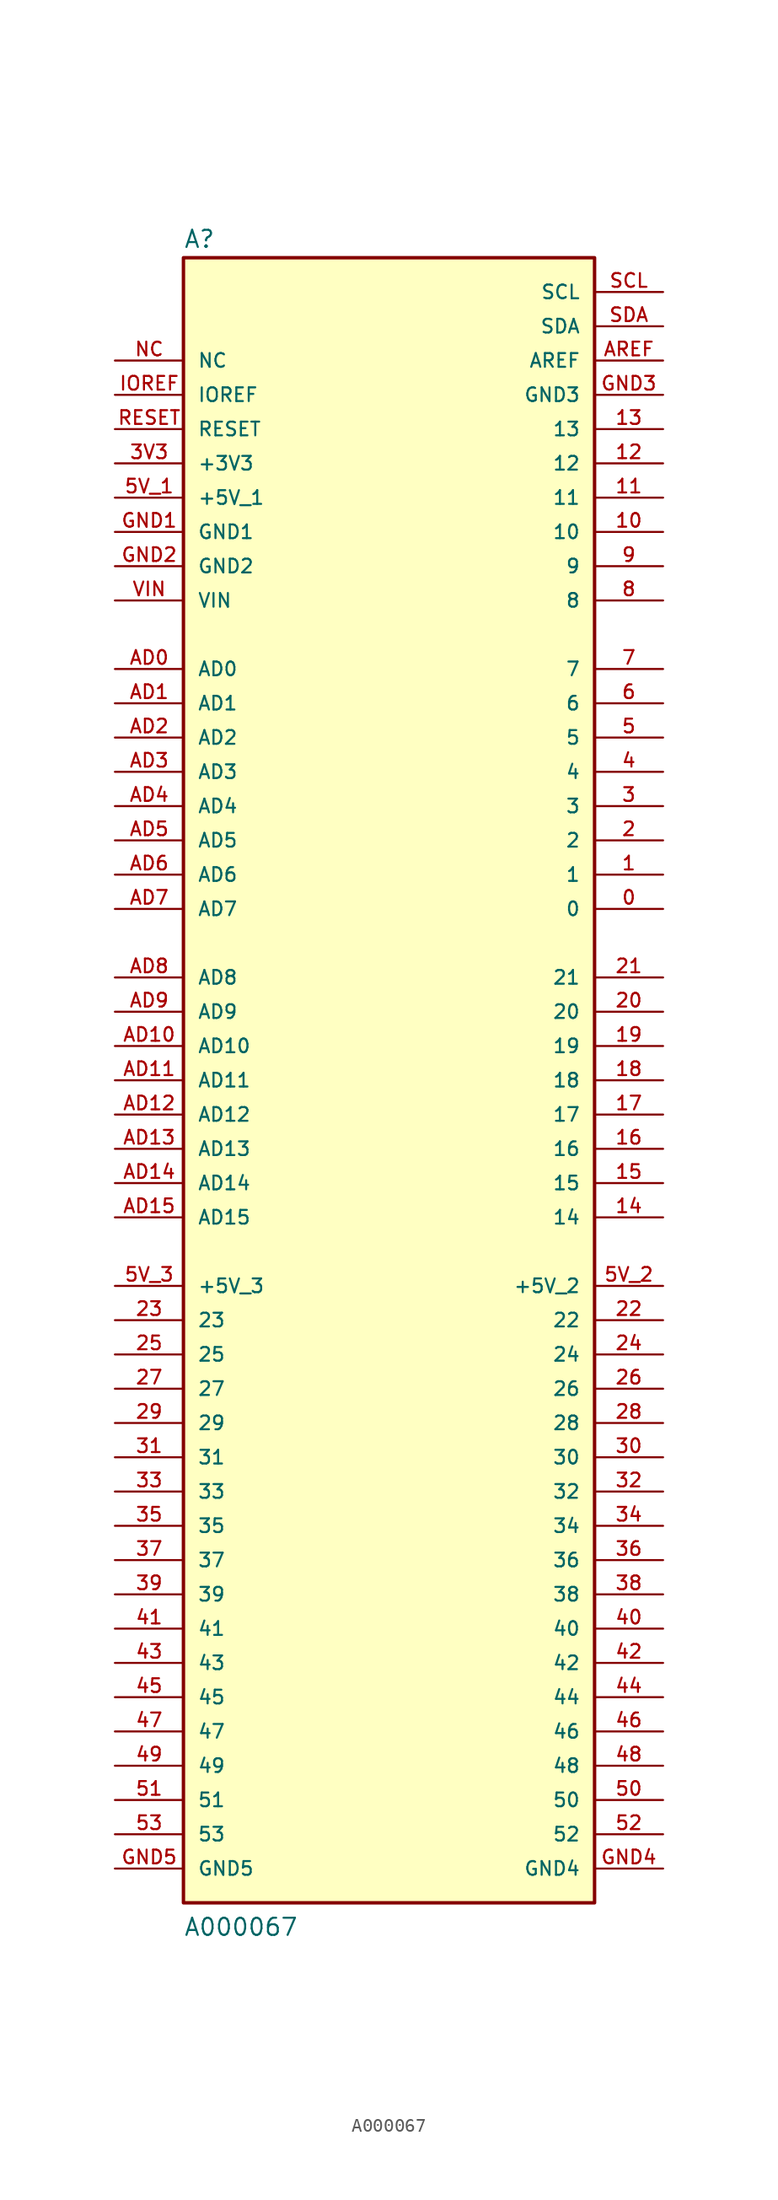
<source format=kicad_sym>
(kicad_symbol_lib
  (version 20211014)
  (generator kicad_symbol_editor)
  (symbol "A000067"
    (pin_names
      (offset 1.016))
    (property "Reference" "A"
      (at -15.24 61.595 0)
      (effects (font (size 1.27 1.27)) (justify bottom left)))
    (property "Value" "A000067"
      (at -15.24 -63.5 0)
      (effects (font (size 1.27 1.27)) (justify bottom left)))
    (symbol "A000067_0_0"
      (rectangle (start -15.24 -60.96) (end 15.24 60.96) (stroke (width 0.254)) (fill (type background)))
      (pin passive line (at -20.32 50.8 0) (length 5.08) (name "IOREF" (effects (font (size 1.016 1.016)))) (number "IOREF" (effects (font (size 1.016 1.016)))))
      (pin passive line (at -20.32 48.26 0) (length 5.08) (name "RESET" (effects (font (size 1.016 1.016)))) (number "RESET" (effects (font (size 1.016 1.016)))))
      (pin passive line (at -20.32 45.72 0) (length 5.08) (name "+3V3" (effects (font (size 1.016 1.016)))) (number "3V3" (effects (font (size 1.016 1.016)))))
      (pin passive line (at -20.32 40.64 0) (length 5.08) (name "GND1" (effects (font (size 1.016 1.016)))) (number "GND1" (effects (font (size 1.016 1.016)))))
      (pin passive line (at -20.32 35.56 0) (length 5.08) (name "VIN" (effects (font (size 1.016 1.016)))) (number "VIN" (effects (font (size 1.016 1.016)))))
      (pin passive line (at -20.32 30.48 0) (length 5.08) (name "AD0" (effects (font (size 1.016 1.016)))) (number "AD0" (effects (font (size 1.016 1.016)))))
      (pin passive line (at -20.32 27.94 0) (length 5.08) (name "AD1" (effects (font (size 1.016 1.016)))) (number "AD1" (effects (font (size 1.016 1.016)))))
      (pin passive line (at -20.32 25.4 0) (length 5.08) (name "AD2" (effects (font (size 1.016 1.016)))) (number "AD2" (effects (font (size 1.016 1.016)))))
      (pin passive line (at -20.32 22.86 0) (length 5.08) (name "AD3" (effects (font (size 1.016 1.016)))) (number "AD3" (effects (font (size 1.016 1.016)))))
      (pin passive line (at -20.32 20.32 0) (length 5.08) (name "AD4" (effects (font (size 1.016 1.016)))) (number "AD4" (effects (font (size 1.016 1.016)))))
      (pin passive line (at -20.32 17.78 0) (length 5.08) (name "AD5" (effects (font (size 1.016 1.016)))) (number "AD5" (effects (font (size 1.016 1.016)))))
      (pin passive line (at 20.32 12.7 180.0) (length 5.08) (name "0" (effects (font (size 1.016 1.016)))) (number "0" (effects (font (size 1.016 1.016)))))
      (pin passive line (at 20.32 15.24 180.0) (length 5.08) (name "1" (effects (font (size 1.016 1.016)))) (number "1" (effects (font (size 1.016 1.016)))))
      (pin passive line (at 20.32 17.78 180.0) (length 5.08) (name "2" (effects (font (size 1.016 1.016)))) (number "2" (effects (font (size 1.016 1.016)))))
      (pin passive line (at 20.32 20.32 180.0) (length 5.08) (name "3" (effects (font (size 1.016 1.016)))) (number "3" (effects (font (size 1.016 1.016)))))
      (pin passive line (at 20.32 22.86 180.0) (length 5.08) (name "4" (effects (font (size 1.016 1.016)))) (number "4" (effects (font (size 1.016 1.016)))))
      (pin passive line (at 20.32 25.4 180.0) (length 5.08) (name "5" (effects (font (size 1.016 1.016)))) (number "5" (effects (font (size 1.016 1.016)))))
      (pin passive line (at 20.32 27.94 180.0) (length 5.08) (name "6" (effects (font (size 1.016 1.016)))) (number "6" (effects (font (size 1.016 1.016)))))
      (pin passive line (at 20.32 30.48 180.0) (length 5.08) (name "7" (effects (font (size 1.016 1.016)))) (number "7" (effects (font (size 1.016 1.016)))))
      (pin passive line (at 20.32 35.56 180.0) (length 5.08) (name "8" (effects (font (size 1.016 1.016)))) (number "8" (effects (font (size 1.016 1.016)))))
      (pin passive line (at 20.32 38.1 180.0) (length 5.08) (name "9" (effects (font (size 1.016 1.016)))) (number "9" (effects (font (size 1.016 1.016)))))
      (pin passive line (at 20.32 40.64 180.0) (length 5.08) (name "10" (effects (font (size 1.016 1.016)))) (number "10" (effects (font (size 1.016 1.016)))))
      (pin passive line (at 20.32 43.18 180.0) (length 5.08) (name "11" (effects (font (size 1.016 1.016)))) (number "11" (effects (font (size 1.016 1.016)))))
      (pin passive line (at 20.32 45.72 180.0) (length 5.08) (name "12" (effects (font (size 1.016 1.016)))) (number "12" (effects (font (size 1.016 1.016)))))
      (pin passive line (at 20.32 48.26 180.0) (length 5.08) (name "13" (effects (font (size 1.016 1.016)))) (number "13" (effects (font (size 1.016 1.016)))))
      (pin passive line (at -20.32 43.18 0) (length 5.08) (name "+5V_1" (effects (font (size 1.016 1.016)))) (number "5V_1" (effects (font (size 1.016 1.016)))))
      (pin passive line (at -20.32 38.1 0) (length 5.08) (name "GND2" (effects (font (size 1.016 1.016)))) (number "GND2" (effects (font (size 1.016 1.016)))))
      (pin passive line (at 20.32 50.8 180.0) (length 5.08) (name "GND3" (effects (font (size 1.016 1.016)))) (number "GND3" (effects (font (size 1.016 1.016)))))
      (pin passive line (at 20.32 53.34 180.0) (length 5.08) (name "AREF" (effects (font (size 1.016 1.016)))) (number "AREF" (effects (font (size 1.016 1.016)))))
      (pin passive line (at 20.32 55.88 180.0) (length 5.08) (name "SDA" (effects (font (size 1.016 1.016)))) (number "SDA" (effects (font (size 1.016 1.016)))))
      (pin passive line (at 20.32 58.42 180.0) (length 5.08) (name "SCL" (effects (font (size 1.016 1.016)))) (number "SCL" (effects (font (size 1.016 1.016)))))
      (pin passive line (at -20.32 15.24 0) (length 5.08) (name "AD6" (effects (font (size 1.016 1.016)))) (number "AD6" (effects (font (size 1.016 1.016)))))
      (pin passive line (at -20.32 12.7 0) (length 5.08) (name "AD7" (effects (font (size 1.016 1.016)))) (number "AD7" (effects (font (size 1.016 1.016)))))
      (pin passive line (at -20.32 7.62 0) (length 5.08) (name "AD8" (effects (font (size 1.016 1.016)))) (number "AD8" (effects (font (size 1.016 1.016)))))
      (pin passive line (at -20.32 5.08 0) (length 5.08) (name "AD9" (effects (font (size 1.016 1.016)))) (number "AD9" (effects (font (size 1.016 1.016)))))
      (pin passive line (at -20.32 2.54 0) (length 5.08) (name "AD10" (effects (font (size 1.016 1.016)))) (number "AD10" (effects (font (size 1.016 1.016)))))
      (pin passive line (at -20.32 0.0 0) (length 5.08) (name "AD11" (effects (font (size 1.016 1.016)))) (number "AD11" (effects (font (size 1.016 1.016)))))
      (pin passive line (at -20.32 -2.54 0) (length 5.08) (name "AD12" (effects (font (size 1.016 1.016)))) (number "AD12" (effects (font (size 1.016 1.016)))))
      (pin passive line (at -20.32 -5.08 0) (length 5.08) (name "AD13" (effects (font (size 1.016 1.016)))) (number "AD13" (effects (font (size 1.016 1.016)))))
      (pin passive line (at -20.32 -7.62 0) (length 5.08) (name "AD14" (effects (font (size 1.016 1.016)))) (number "AD14" (effects (font (size 1.016 1.016)))))
      (pin passive line (at -20.32 -10.16 0) (length 5.08) (name "AD15" (effects (font (size 1.016 1.016)))) (number "AD15" (effects (font (size 1.016 1.016)))))
      (pin passive line (at 20.32 -10.16 180.0) (length 5.08) (name "14" (effects (font (size 1.016 1.016)))) (number "14" (effects (font (size 1.016 1.016)))))
      (pin passive line (at 20.32 -7.62 180.0) (length 5.08) (name "15" (effects (font (size 1.016 1.016)))) (number "15" (effects (font (size 1.016 1.016)))))
      (pin passive line (at 20.32 -5.08 180.0) (length 5.08) (name "16" (effects (font (size 1.016 1.016)))) (number "16" (effects (font (size 1.016 1.016)))))
      (pin passive line (at 20.32 -2.54 180.0) (length 5.08) (name "17" (effects (font (size 1.016 1.016)))) (number "17" (effects (font (size 1.016 1.016)))))
      (pin passive line (at 20.32 0.0 180.0) (length 5.08) (name "18" (effects (font (size 1.016 1.016)))) (number "18" (effects (font (size 1.016 1.016)))))
      (pin passive line (at 20.32 2.54 180.0) (length 5.08) (name "19" (effects (font (size 1.016 1.016)))) (number "19" (effects (font (size 1.016 1.016)))))
      (pin passive line (at 20.32 5.08 180.0) (length 5.08) (name "20" (effects (font (size 1.016 1.016)))) (number "20" (effects (font (size 1.016 1.016)))))
      (pin passive line (at 20.32 7.62 180.0) (length 5.08) (name "21" (effects (font (size 1.016 1.016)))) (number "21" (effects (font (size 1.016 1.016)))))
      (pin passive line (at 20.32 -17.78 180.0) (length 5.08) (name "22" (effects (font (size 1.016 1.016)))) (number "22" (effects (font (size 1.016 1.016)))))
      (pin passive line (at -20.32 -17.78 0) (length 5.08) (name "23" (effects (font (size 1.016 1.016)))) (number "23" (effects (font (size 1.016 1.016)))))
      (pin passive line (at 20.32 -20.32 180.0) (length 5.08) (name "24" (effects (font (size 1.016 1.016)))) (number "24" (effects (font (size 1.016 1.016)))))
      (pin passive line (at -20.32 -20.32 0) (length 5.08) (name "25" (effects (font (size 1.016 1.016)))) (number "25" (effects (font (size 1.016 1.016)))))
      (pin passive line (at 20.32 -22.86 180.0) (length 5.08) (name "26" (effects (font (size 1.016 1.016)))) (number "26" (effects (font (size 1.016 1.016)))))
      (pin passive line (at -20.32 -22.86 0) (length 5.08) (name "27" (effects (font (size 1.016 1.016)))) (number "27" (effects (font (size 1.016 1.016)))))
      (pin passive line (at 20.32 -25.4 180.0) (length 5.08) (name "28" (effects (font (size 1.016 1.016)))) (number "28" (effects (font (size 1.016 1.016)))))
      (pin passive line (at -20.32 -25.4 0) (length 5.08) (name "29" (effects (font (size 1.016 1.016)))) (number "29" (effects (font (size 1.016 1.016)))))
      (pin passive line (at 20.32 -27.94 180.0) (length 5.08) (name "30" (effects (font (size 1.016 1.016)))) (number "30" (effects (font (size 1.016 1.016)))))
      (pin passive line (at -20.32 -27.94 0) (length 5.08) (name "31" (effects (font (size 1.016 1.016)))) (number "31" (effects (font (size 1.016 1.016)))))
      (pin passive line (at 20.32 -30.48 180.0) (length 5.08) (name "32" (effects (font (size 1.016 1.016)))) (number "32" (effects (font (size 1.016 1.016)))))
      (pin passive line (at -20.32 -30.48 0) (length 5.08) (name "33" (effects (font (size 1.016 1.016)))) (number "33" (effects (font (size 1.016 1.016)))))
      (pin passive line (at 20.32 -33.02 180.0) (length 5.08) (name "34" (effects (font (size 1.016 1.016)))) (number "34" (effects (font (size 1.016 1.016)))))
      (pin passive line (at -20.32 -33.02 0) (length 5.08) (name "35" (effects (font (size 1.016 1.016)))) (number "35" (effects (font (size 1.016 1.016)))))
      (pin passive line (at 20.32 -35.56 180.0) (length 5.08) (name "36" (effects (font (size 1.016 1.016)))) (number "36" (effects (font (size 1.016 1.016)))))
      (pin passive line (at -20.32 -35.56 0) (length 5.08) (name "37" (effects (font (size 1.016 1.016)))) (number "37" (effects (font (size 1.016 1.016)))))
      (pin passive line (at 20.32 -38.1 180.0) (length 5.08) (name "38" (effects (font (size 1.016 1.016)))) (number "38" (effects (font (size 1.016 1.016)))))
      (pin passive line (at -20.32 -38.1 0) (length 5.08) (name "39" (effects (font (size 1.016 1.016)))) (number "39" (effects (font (size 1.016 1.016)))))
      (pin passive line (at 20.32 -40.64 180.0) (length 5.08) (name "40" (effects (font (size 1.016 1.016)))) (number "40" (effects (font (size 1.016 1.016)))))
      (pin passive line (at -20.32 -40.64 0) (length 5.08) (name "41" (effects (font (size 1.016 1.016)))) (number "41" (effects (font (size 1.016 1.016)))))
      (pin passive line (at 20.32 -43.18 180.0) (length 5.08) (name "42" (effects (font (size 1.016 1.016)))) (number "42" (effects (font (size 1.016 1.016)))))
      (pin passive line (at -20.32 -43.18 0) (length 5.08) (name "43" (effects (font (size 1.016 1.016)))) (number "43" (effects (font (size 1.016 1.016)))))
      (pin passive line (at 20.32 -45.72 180.0) (length 5.08) (name "44" (effects (font (size 1.016 1.016)))) (number "44" (effects (font (size 1.016 1.016)))))
      (pin passive line (at -20.32 -45.72 0) (length 5.08) (name "45" (effects (font (size 1.016 1.016)))) (number "45" (effects (font (size 1.016 1.016)))))
      (pin passive line (at 20.32 -48.26 180.0) (length 5.08) (name "46" (effects (font (size 1.016 1.016)))) (number "46" (effects (font (size 1.016 1.016)))))
      (pin passive line (at -20.32 -48.26 0) (length 5.08) (name "47" (effects (font (size 1.016 1.016)))) (number "47" (effects (font (size 1.016 1.016)))))
      (pin passive line (at 20.32 -50.8 180.0) (length 5.08) (name "48" (effects (font (size 1.016 1.016)))) (number "48" (effects (font (size 1.016 1.016)))))
      (pin passive line (at -20.32 -50.8 0) (length 5.08) (name "49" (effects (font (size 1.016 1.016)))) (number "49" (effects (font (size 1.016 1.016)))))
      (pin passive line (at 20.32 -53.34 180.0) (length 5.08) (name "50" (effects (font (size 1.016 1.016)))) (number "50" (effects (font (size 1.016 1.016)))))
      (pin passive line (at -20.32 -53.34 0) (length 5.08) (name "51" (effects (font (size 1.016 1.016)))) (number "51" (effects (font (size 1.016 1.016)))))
      (pin passive line (at 20.32 -55.88 180.0) (length 5.08) (name "52" (effects (font (size 1.016 1.016)))) (number "52" (effects (font (size 1.016 1.016)))))
      (pin passive line (at -20.32 -55.88 0) (length 5.08) (name "53" (effects (font (size 1.016 1.016)))) (number "53" (effects (font (size 1.016 1.016)))))
      (pin passive line (at -20.32 -58.42 0) (length 5.08) (name "GND5" (effects (font (size 1.016 1.016)))) (number "GND5" (effects (font (size 1.016 1.016)))))
      (pin passive line (at 20.32 -58.42 180.0) (length 5.08) (name "GND4" (effects (font (size 1.016 1.016)))) (number "GND4" (effects (font (size 1.016 1.016)))))
      (pin passive line (at -20.32 -15.24 0) (length 5.08) (name "+5V_3" (effects (font (size 1.016 1.016)))) (number "5V_3" (effects (font (size 1.016 1.016)))))
      (pin passive line (at 20.32 -15.24 180.0) (length 5.08) (name "+5V_2" (effects (font (size 1.016 1.016)))) (number "5V_2" (effects (font (size 1.016 1.016)))))
      (pin passive line (at -20.32 53.34 0) (length 5.08) (name "NC" (effects (font (size 1.016 1.016)))) (number "NC" (effects (font (size 1.016 1.016))))))))
</source>
